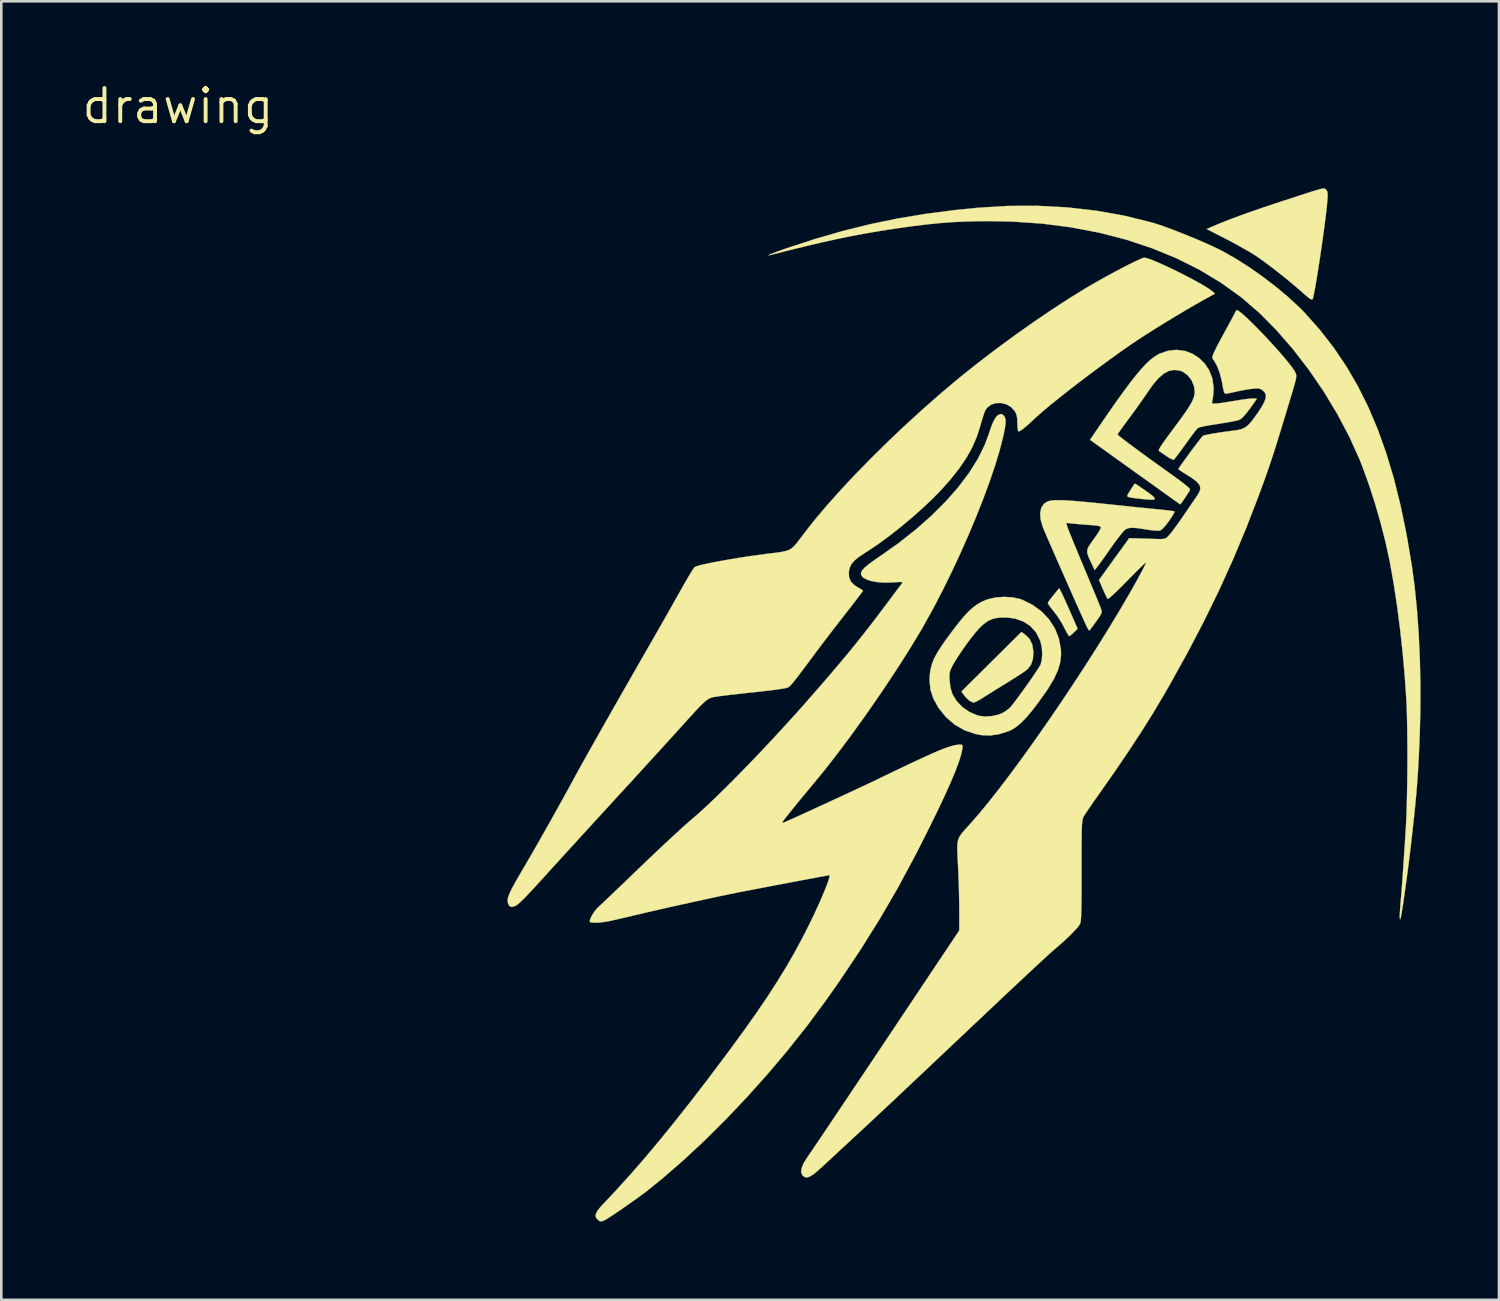
<source format=kicad_pcb>
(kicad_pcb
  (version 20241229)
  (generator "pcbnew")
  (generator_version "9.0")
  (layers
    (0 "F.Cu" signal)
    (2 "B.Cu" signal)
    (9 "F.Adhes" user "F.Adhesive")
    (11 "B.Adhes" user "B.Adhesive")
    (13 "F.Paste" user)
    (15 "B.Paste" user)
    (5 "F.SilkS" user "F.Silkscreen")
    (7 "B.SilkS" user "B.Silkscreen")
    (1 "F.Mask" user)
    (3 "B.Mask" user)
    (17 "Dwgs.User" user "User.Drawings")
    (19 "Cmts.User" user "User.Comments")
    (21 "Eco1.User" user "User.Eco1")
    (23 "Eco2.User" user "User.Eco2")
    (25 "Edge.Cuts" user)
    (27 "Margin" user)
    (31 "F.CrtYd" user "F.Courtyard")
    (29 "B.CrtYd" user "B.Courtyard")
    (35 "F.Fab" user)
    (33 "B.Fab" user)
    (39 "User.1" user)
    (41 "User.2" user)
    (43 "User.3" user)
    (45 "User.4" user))
  (footprint "drawing"
    (layer "F.Cu")
    (at 3.757 1.006)
    (property "Reference" "drawing" (at 0 0 0) (layer "F.SilkS") (effects (font (size 1.27 1.27) (thickness 0.15))))
    (attr through_hole)
    (fp_poly (pts (xy 36.637 14.46) (xy 36.729 14.518) (xy 36.861 14.607) (xy 37.016 14.716) (xy 37.195 14.845) (xy 37.313 14.941) (xy 37.367 15.007) (xy 37.353 15.045) (xy 37.268 15.06) (xy 37.109 15.054) (xy 36.871 15.031) (xy 36.699 15.012) (xy 36.508 14.987) (xy 36.388 14.965) (xy 36.327 14.94) (xy 36.312 14.911) (xy 36.314 14.901) (xy 36.345 14.84) (xy 36.407 14.735) (xy 36.484 14.614) (xy 36.558 14.502) (xy 36.601 14.442) (xy 36.637 14.46)) (stroke (width 0.01) (type solid)) (fill yes) (layer "F.SilkS"))
    (fp_poly (pts (xy 33.796 18.61) (xy 33.843 18.707) (xy 33.915 18.863) (xy 34.004 19.06) (xy 34.102 19.281) (xy 34.147 19.384) (xy 34.413 19.994) (xy 34.271 20.136) (xy 34.18 20.219) (xy 34.112 20.27) (xy 34.093 20.277) (xy 34.06 20.24) (xy 34.002 20.145) (xy 33.93 20.008) (xy 33.901 19.948) (xy 33.792 19.748) (xy 33.654 19.532) (xy 33.515 19.346) (xy 33.51 19.34) (xy 33.403 19.207) (xy 33.322 19.097) (xy 33.278 19.027) (xy 33.274 19.014) (xy 33.299 18.963) (xy 33.367 18.866) (xy 33.464 18.742) (xy 33.492 18.707) (xy 33.71 18.445) (xy 33.796 18.61)) (stroke (width 0.01) (type solid)) (fill yes) (layer "F.SilkS"))
    (fp_poly (pts (xy 32.398 20.211) (xy 32.57 20.376) (xy 32.679 20.596) (xy 32.722 20.865) (xy 32.723 20.903) (xy 32.702 21.162) (xy 32.634 21.364) (xy 32.511 21.528) (xy 32.485 21.552) (xy 32.409 21.611) (xy 32.274 21.704) (xy 32.097 21.819) (xy 31.894 21.948) (xy 31.75 22.037) (xy 31.517 22.18) (xy 31.282 22.325) (xy 31.066 22.46) (xy 30.89 22.571) (xy 30.824 22.614) (xy 30.675 22.706) (xy 30.545 22.777) (xy 30.457 22.814) (xy 30.438 22.818) (xy 30.355 22.793) (xy 30.256 22.732) (xy 30.254 22.731) (xy 30.149 22.632) (xy 30.057 22.521) (xy 29.969 22.398) (xy 32.263 20.12) (xy 32.398 20.211)) (stroke (width 0.01) (type solid)) (fill yes) (layer "F.SilkS"))
    (fp_poly (pts (xy 43.867 3.16) (xy 43.891 3.173) (xy 43.911 3.192) (xy 43.923 3.204) (xy 43.958 3.252) (xy 43.976 3.32) (xy 43.979 3.429) (xy 43.969 3.599) (xy 43.966 3.638) (xy 43.947 3.845) (xy 43.918 4.104) (xy 43.881 4.404) (xy 43.837 4.735) (xy 43.789 5.086) (xy 43.737 5.447) (xy 43.684 5.806) (xy 43.631 6.153) (xy 43.579 6.478) (xy 43.53 6.769) (xy 43.487 7.017) (xy 43.449 7.21) (xy 43.42 7.338) (xy 43.404 7.386) (xy 43.375 7.403) (xy 43.321 7.383) (xy 43.231 7.318) (xy 43.095 7.203) (xy 43.031 7.145) (xy 42.767 6.915) (xy 42.465 6.664) (xy 42.145 6.406) (xy 41.827 6.159) (xy 41.53 5.937) (xy 41.274 5.756) (xy 41.262 5.748) (xy 41.096 5.642) (xy 40.875 5.512) (xy 40.619 5.367) (xy 40.349 5.219) (xy 40.111 5.095) (xy 39.35 4.705) (xy 39.561 4.613) (xy 39.88 4.479) (xy 40.219 4.345) (xy 40.589 4.206) (xy 41.001 4.058) (xy 41.468 3.897) (xy 42 3.719) (xy 42.206 3.651) (xy 42.611 3.519) (xy 42.943 3.41) (xy 43.209 3.324) (xy 43.418 3.258) (xy 43.577 3.21) (xy 43.694 3.178) (xy 43.776 3.16) (xy 43.831 3.155) (xy 43.867 3.16)) (stroke (width 0.01) (type solid)) (fill yes) (layer "F.SilkS"))
    (fp_poly (pts (xy 31.928 18.795) (xy 32.21 18.855) (xy 32.279 18.879) (xy 32.683 19.077) (xy 33.032 19.331) (xy 33.32 19.635) (xy 33.543 19.981) (xy 33.696 20.364) (xy 33.773 20.775) (xy 33.782 20.974) (xy 33.753 21.267) (xy 33.663 21.577) (xy 33.51 21.911) (xy 33.289 22.279) (xy 33.197 22.416) (xy 32.917 22.808) (xy 32.67 23.131) (xy 32.45 23.391) (xy 32.25 23.596) (xy 32.065 23.75) (xy 31.889 23.861) (xy 31.76 23.919) (xy 31.399 24.03) (xy 31.069 24.078) (xy 30.744 24.065) (xy 30.505 24.02) (xy 30.086 23.877) (xy 29.708 23.66) (xy 29.376 23.373) (xy 29.092 23.018) (xy 29.081 23.001) (xy 28.897 22.667) (xy 28.788 22.338) (xy 28.75 21.993) (xy 28.755 21.809) (xy 28.759 21.775) (xy 29.51 21.775) (xy 29.514 21.937) (xy 29.516 21.971) (xy 29.552 22.251) (xy 29.622 22.485) (xy 29.628 22.5) (xy 29.788 22.764) (xy 30.013 22.996) (xy 30.285 23.183) (xy 30.585 23.31) (xy 30.639 23.325) (xy 30.872 23.353) (xy 31.134 23.337) (xy 31.384 23.282) (xy 31.526 23.226) (xy 31.667 23.141) (xy 31.794 23.044) (xy 31.838 23.002) (xy 31.919 22.904) (xy 32.033 22.756) (xy 32.171 22.571) (xy 32.322 22.363) (xy 32.479 22.145) (xy 32.63 21.929) (xy 32.767 21.729) (xy 32.881 21.559) (xy 32.962 21.431) (xy 32.999 21.364) (xy 33.047 21.172) (xy 33.061 20.935) (xy 33.04 20.687) (xy 32.986 20.458) (xy 32.976 20.432) (xy 32.823 20.135) (xy 32.611 19.896) (xy 32.343 19.719) (xy 32.027 19.607) (xy 31.728 19.566) (xy 31.434 19.566) (xy 31.194 19.607) (xy 30.987 19.697) (xy 30.787 19.845) (xy 30.671 19.956) (xy 30.523 20.121) (xy 30.348 20.338) (xy 30.161 20.588) (xy 29.976 20.851) (xy 29.807 21.106) (xy 29.669 21.333) (xy 29.628 21.409) (xy 29.56 21.545) (xy 29.523 21.656) (xy 29.51 21.775) (xy 28.759 21.775) (xy 28.784 21.57) (xy 28.84 21.346) (xy 28.932 21.12) (xy 29.066 20.875) (xy 29.25 20.594) (xy 29.338 20.469) (xy 29.611 20.096) (xy 29.847 19.788) (xy 30.054 19.537) (xy 30.241 19.336) (xy 30.415 19.178) (xy 30.584 19.055) (xy 30.756 18.959) (xy 30.938 18.883) (xy 31.011 18.859) (xy 31.295 18.796) (xy 31.612 18.775) (xy 31.928 18.795)) (stroke (width 0.01) (type solid)) (fill yes) (layer "F.SilkS"))
    (fp_poly (pts (xy 33.991 15.086) (xy 34.271 15.106) (xy 34.614 15.135) (xy 35.026 15.175) (xy 35.456 15.219) (xy 35.828 15.258) (xy 36.204 15.297) (xy 36.567 15.335) (xy 36.901 15.369) (xy 37.19 15.398) (xy 37.418 15.42) (xy 37.487 15.427) (xy 37.707 15.449) (xy 37.895 15.471) (xy 38.037 15.489) (xy 38.116 15.503) (xy 38.128 15.508) (xy 38.114 15.549) (xy 38.06 15.643) (xy 37.976 15.774) (xy 37.909 15.872) (xy 37.759 16.071) (xy 37.641 16.194) (xy 37.561 16.241) (xy 37.472 16.246) (xy 37.326 16.236) (xy 37.146 16.214) (xy 37.046 16.198) (xy 36.785 16.156) (xy 36.59 16.135) (xy 36.446 16.134) (xy 36.337 16.154) (xy 36.247 16.194) (xy 36.244 16.196) (xy 36.183 16.252) (xy 36.086 16.366) (xy 35.962 16.524) (xy 35.82 16.713) (xy 35.699 16.884) (xy 35.551 17.095) (xy 35.413 17.289) (xy 35.296 17.453) (xy 35.208 17.573) (xy 35.166 17.628) (xy 35.066 17.751) (xy 34.929 17.459) (xy 34.842 17.268) (xy 34.791 17.128) (xy 34.779 17.016) (xy 34.808 16.907) (xy 34.882 16.78) (xy 35.001 16.611) (xy 35.028 16.574) (xy 35.141 16.415) (xy 35.231 16.275) (xy 35.29 16.171) (xy 35.306 16.125) (xy 35.292 16.092) (xy 35.241 16.068) (xy 35.139 16.049) (xy 34.971 16.033) (xy 34.898 16.028) (xy 34.683 16.012) (xy 34.467 15.994) (xy 34.284 15.978) (xy 34.235 15.973) (xy 33.981 15.946) (xy 34.012 16.069) (xy 34.035 16.135) (xy 34.087 16.27) (xy 34.165 16.463) (xy 34.263 16.706) (xy 34.38 16.988) (xy 34.509 17.3) (xy 34.648 17.631) (xy 34.788 17.965) (xy 34.92 18.281) (xy 35.039 18.567) (xy 35.142 18.814) (xy 35.223 19.013) (xy 35.28 19.154) (xy 35.308 19.225) (xy 35.33 19.297) (xy 35.335 19.358) (xy 35.313 19.426) (xy 35.259 19.519) (xy 35.166 19.656) (xy 35.119 19.722) (xy 35.015 19.867) (xy 34.93 19.982) (xy 34.875 20.052) (xy 34.86 20.066) (xy 34.831 20.033) (xy 34.783 19.951) (xy 34.779 19.942) (xy 34.741 19.863) (xy 34.673 19.716) (xy 34.58 19.511) (xy 34.467 19.259) (xy 34.337 18.968) (xy 34.195 18.649) (xy 34.046 18.311) (xy 33.893 17.965) (xy 33.741 17.621) (xy 33.594 17.288) (xy 33.458 16.976) (xy 33.335 16.695) (xy 33.231 16.456) (xy 33.15 16.267) (xy 33.096 16.138) (xy 33.079 16.096) (xy 33 15.822) (xy 32.982 15.578) (xy 33.022 15.375) (xy 33.12 15.22) (xy 33.254 15.131) (xy 33.338 15.104) (xy 33.446 15.086) (xy 33.586 15.077) (xy 33.765 15.077) (xy 33.991 15.086)) (stroke (width 0.01) (type solid)) (fill yes) (layer "F.SilkS"))
    (fp_poly (pts (xy 38.508 9.366) (xy 38.796 9.47) (xy 39.054 9.633) (xy 39.274 9.848) (xy 39.447 10.109) (xy 39.564 10.408) (xy 39.615 10.74) (xy 39.612 10.941) (xy 39.596 11.101) (xy 39.577 11.235) (xy 39.559 11.314) (xy 39.559 11.314) (xy 39.552 11.351) (xy 39.572 11.375) (xy 39.629 11.384) (xy 39.731 11.38) (xy 39.888 11.361) (xy 40.109 11.328) (xy 40.398 11.28) (xy 40.63 11.243) (xy 40.84 11.213) (xy 41.011 11.192) (xy 41.125 11.184) (xy 41.152 11.184) (xy 41.269 11.197) (xy 41.125 11.408) (xy 41.01 11.568) (xy 40.878 11.738) (xy 40.813 11.816) (xy 40.731 11.908) (xy 40.66 11.969) (xy 40.577 12.011) (xy 40.459 12.042) (xy 40.285 12.076) (xy 40.251 12.082) (xy 40.012 12.123) (xy 39.743 12.167) (xy 39.497 12.205) (xy 39.464 12.21) (xy 39.284 12.242) (xy 39.132 12.277) (xy 39.029 12.31) (xy 39.004 12.324) (xy 38.958 12.376) (xy 38.872 12.485) (xy 38.758 12.636) (xy 38.625 12.818) (xy 38.536 12.942) (xy 38.398 13.133) (xy 38.275 13.299) (xy 38.177 13.429) (xy 38.112 13.51) (xy 38.092 13.53) (xy 38.039 13.521) (xy 37.94 13.471) (xy 37.815 13.393) (xy 37.815 13.393) (xy 37.69 13.306) (xy 37.59 13.237) (xy 37.539 13.203) (xy 37.523 13.184) (xy 37.524 13.151) (xy 37.547 13.096) (xy 37.597 13.012) (xy 37.679 12.891) (xy 37.797 12.726) (xy 37.958 12.507) (xy 38.141 12.261) (xy 38.372 11.948) (xy 38.553 11.692) (xy 38.691 11.482) (xy 38.79 11.309) (xy 38.853 11.163) (xy 38.886 11.033) (xy 38.893 10.911) (xy 38.878 10.787) (xy 38.861 10.705) (xy 38.771 10.485) (xy 38.624 10.298) (xy 38.439 10.165) (xy 38.324 10.121) (xy 38.113 10.094) (xy 37.909 10.131) (xy 37.708 10.237) (xy 37.502 10.414) (xy 37.288 10.668) (xy 37.111 10.919) (xy 36.987 11.103) (xy 36.827 11.331) (xy 36.65 11.579) (xy 36.472 11.824) (xy 36.388 11.937) (xy 36.243 12.132) (xy 36.118 12.304) (xy 36.021 12.441) (xy 35.96 12.532) (xy 35.942 12.565) (xy 35.976 12.599) (xy 36.072 12.678) (xy 36.223 12.795) (xy 36.422 12.945) (xy 36.662 13.123) (xy 36.937 13.325) (xy 37.238 13.544) (xy 37.56 13.776) (xy 37.894 14.016) (xy 38.007 14.096) (xy 38.291 14.302) (xy 38.503 14.463) (xy 38.643 14.58) (xy 38.711 14.653) (xy 38.717 14.675) (xy 38.686 14.731) (xy 38.625 14.83) (xy 38.548 14.949) (xy 38.467 15.069) (xy 38.397 15.169) (xy 38.351 15.229) (xy 38.342 15.238) (xy 38.307 15.214) (xy 38.209 15.145) (xy 38.056 15.036) (xy 37.854 14.892) (xy 37.609 14.717) (xy 37.329 14.516) (xy 37.018 14.294) (xy 36.685 14.055) (xy 36.611 14.002) (xy 34.889 12.768) (xy 35.25 12.239) (xy 35.603 11.724) (xy 35.916 11.277) (xy 36.193 10.893) (xy 36.438 10.565) (xy 36.655 10.289) (xy 36.849 10.06) (xy 37.023 9.873) (xy 37.181 9.724) (xy 37.328 9.606) (xy 37.469 9.516) (xy 37.56 9.468) (xy 37.881 9.359) (xy 38.2 9.327) (xy 38.508 9.366)) (stroke (width 0.01) (type solid)) (fill yes) (layer "F.SilkS"))
    (fp_poly (pts (xy 34.034 3.879) (xy 35.152 4.007) (xy 36.234 4.201) (xy 37.27 4.459) (xy 37.317 4.473) (xy 37.562 4.551) (xy 37.865 4.659) (xy 38.208 4.789) (xy 38.572 4.933) (xy 38.939 5.084) (xy 39.29 5.236) (xy 39.608 5.379) (xy 39.873 5.507) (xy 39.92 5.531) (xy 40.425 5.814) (xy 40.953 6.149) (xy 41.486 6.521) (xy 42.004 6.918) (xy 42.488 7.324) (xy 42.92 7.725) (xy 43.099 7.908) (xy 43.676 8.556) (xy 44.205 9.236) (xy 44.689 9.952) (xy 45.131 10.71) (xy 45.532 11.513) (xy 45.895 12.368) (xy 46.22 13.279) (xy 46.512 14.25) (xy 46.77 15.288) (xy 46.999 16.396) (xy 47.199 17.579) (xy 47.201 17.59) (xy 47.308 18.398) (xy 47.396 19.274) (xy 47.462 20.199) (xy 47.506 21.159) (xy 47.527 22.136) (xy 47.525 23.116) (xy 47.505 23.916) (xy 47.485 24.45) (xy 47.463 24.931) (xy 47.439 25.377) (xy 47.41 25.806) (xy 47.376 26.236) (xy 47.335 26.685) (xy 47.286 27.169) (xy 47.227 27.707) (xy 47.179 28.131) (xy 47.137 28.491) (xy 47.091 28.863) (xy 47.043 29.237) (xy 46.994 29.602) (xy 46.946 29.949) (xy 46.901 30.268) (xy 46.859 30.551) (xy 46.821 30.785) (xy 46.791 30.964) (xy 46.768 31.075) (xy 46.756 31.11) (xy 46.743 31.086) (xy 46.736 31.004) (xy 46.736 30.987) (xy 46.74 30.886) (xy 46.75 30.726) (xy 46.764 30.53) (xy 46.777 30.377) (xy 46.798 30.127) (xy 46.821 29.832) (xy 46.846 29.485) (xy 46.874 29.079) (xy 46.906 28.607) (xy 46.941 28.062) (xy 46.97 27.601) (xy 46.989 27.248) (xy 47.004 26.828) (xy 47.015 26.356) (xy 47.024 25.848) (xy 47.029 25.32) (xy 47.03 24.788) (xy 47.028 24.267) (xy 47.022 23.773) (xy 47.013 23.321) (xy 47 22.928) (xy 46.989 22.706) (xy 46.928 21.812) (xy 46.847 20.903) (xy 46.748 19.998) (xy 46.633 19.116) (xy 46.506 18.276) (xy 46.367 17.496) (xy 46.332 17.318) (xy 46.181 16.634) (xy 45.998 15.921) (xy 45.791 15.204) (xy 45.567 14.508) (xy 45.333 13.858) (xy 45.196 13.51) (xy 44.803 12.64) (xy 44.342 11.769) (xy 43.823 10.911) (xy 43.255 10.082) (xy 42.648 9.295) (xy 42.012 8.564) (xy 41.378 7.923) (xy 40.672 7.315) (xy 39.904 6.762) (xy 39.076 6.263) (xy 38.192 5.821) (xy 37.257 5.437) (xy 36.272 5.111) (xy 35.243 4.845) (xy 34.171 4.641) (xy 33.062 4.498) (xy 31.917 4.42) (xy 31.075 4.403) (xy 30.553 4.407) (xy 30.068 4.42) (xy 29.601 4.443) (xy 29.135 4.479) (xy 28.651 4.528) (xy 28.131 4.591) (xy 27.557 4.672) (xy 27.199 4.725) (xy 26.691 4.806) (xy 26.195 4.893) (xy 25.696 4.987) (xy 25.183 5.093) (xy 24.641 5.213) (xy 24.059 5.35) (xy 23.424 5.506) (xy 22.721 5.684) (xy 22.669 5.697) (xy 22.6 5.712) (xy 22.601 5.702) (xy 22.665 5.671) (xy 22.784 5.622) (xy 22.949 5.56) (xy 23.152 5.487) (xy 23.285 5.44) (xy 24.374 5.085) (xy 25.429 4.78) (xy 26.469 4.522) (xy 27.515 4.305) (xy 28.587 4.127) (xy 29.704 3.981) (xy 30.565 3.894) (xy 31.731 3.821) (xy 32.891 3.817) (xy 34.034 3.879)) (stroke (width 0.01) (type solid)) (fill yes) (layer "F.SilkS"))
    (fp_poly (pts (xy 37.065 5.82) (xy 37.226 5.875) (xy 37.436 5.961) (xy 37.683 6.07) (xy 37.956 6.197) (xy 38.243 6.336) (xy 38.531 6.481) (xy 38.808 6.627) (xy 39.063 6.766) (xy 39.282 6.893) (xy 39.455 7.003) (xy 39.564 7.084) (xy 39.669 7.176) (xy 39.255 7.404) (xy 38.931 7.587) (xy 38.558 7.804) (xy 38.157 8.043) (xy 37.749 8.291) (xy 37.355 8.535) (xy 36.996 8.762) (xy 36.767 8.911) (xy 36.437 9.133) (xy 36.071 9.388) (xy 35.68 9.669) (xy 35.274 9.966) (xy 34.862 10.272) (xy 34.456 10.58) (xy 34.066 10.881) (xy 33.702 11.169) (xy 33.373 11.434) (xy 33.091 11.67) (xy 32.866 11.868) (xy 32.811 11.919) (xy 32.588 12.125) (xy 32.418 12.276) (xy 32.293 12.376) (xy 32.207 12.431) (xy 32.157 12.446) (xy 32.13 12.405) (xy 32.114 12.286) (xy 32.11 12.139) (xy 32.104 11.954) (xy 32.08 11.822) (xy 32.034 11.712) (xy 32.013 11.676) (xy 31.873 11.517) (xy 31.694 11.412) (xy 31.496 11.36) (xy 31.295 11.363) (xy 31.109 11.42) (xy 30.957 11.534) (xy 30.884 11.638) (xy 30.847 11.728) (xy 30.797 11.878) (xy 30.739 12.066) (xy 30.69 12.241) (xy 30.555 12.66) (xy 30.38 13.064) (xy 30.156 13.463) (xy 29.879 13.87) (xy 29.539 14.297) (xy 29.221 14.656) (xy 28.886 15.002) (xy 28.499 15.368) (xy 28.077 15.743) (xy 27.636 16.111) (xy 27.194 16.458) (xy 26.767 16.77) (xy 26.373 17.034) (xy 26.302 17.078) (xy 26.054 17.241) (xy 25.876 17.388) (xy 25.758 17.529) (xy 25.69 17.678) (xy 25.664 17.814) (xy 25.671 18.024) (xy 25.741 18.192) (xy 25.882 18.332) (xy 25.992 18.402) (xy 26.107 18.47) (xy 26.184 18.522) (xy 26.204 18.542) (xy 26.179 18.58) (xy 26.109 18.675) (xy 26 18.819) (xy 25.86 19.001) (xy 25.695 19.214) (xy 25.542 19.41) (xy 25.322 19.692) (xy 25.084 20) (xy 24.845 20.312) (xy 24.621 20.607) (xy 24.428 20.863) (xy 24.376 20.934) (xy 24.132 21.262) (xy 23.932 21.528) (xy 23.772 21.74) (xy 23.646 21.904) (xy 23.549 22.027) (xy 23.474 22.115) (xy 23.417 22.176) (xy 23.372 22.215) (xy 23.334 22.241) (xy 23.324 22.246) (xy 23.255 22.265) (xy 23.112 22.29) (xy 22.907 22.32) (xy 22.65 22.354) (xy 22.353 22.389) (xy 22.026 22.425) (xy 21.948 22.433) (xy 21.619 22.468) (xy 21.308 22.503) (xy 21.028 22.535) (xy 20.792 22.564) (xy 20.611 22.589) (xy 20.498 22.606) (xy 20.482 22.61) (xy 20.403 22.631) (xy 20.328 22.661) (xy 20.251 22.707) (xy 20.163 22.775) (xy 20.056 22.873) (xy 19.923 23.007) (xy 19.756 23.186) (xy 19.547 23.415) (xy 19.339 23.645) (xy 19.193 23.808) (xy 18.996 24.024) (xy 18.757 24.287) (xy 18.482 24.589) (xy 18.179 24.921) (xy 17.855 25.276) (xy 17.517 25.646) (xy 17.172 26.023) (xy 16.828 26.398) (xy 16.828 26.398) (xy 16.474 26.784) (xy 16.113 27.178) (xy 15.752 27.572) (xy 15.4 27.957) (xy 15.066 28.324) (xy 14.756 28.663) (xy 14.48 28.966) (xy 14.246 29.223) (xy 14.084 29.402) (xy 13.804 29.71) (xy 13.574 29.96) (xy 13.388 30.159) (xy 13.24 30.314) (xy 13.122 30.429) (xy 13.029 30.512) (xy 12.955 30.568) (xy 12.893 30.604) (xy 12.837 30.625) (xy 12.82 30.629) (xy 12.724 30.634) (xy 12.666 30.58) (xy 12.661 30.571) (xy 12.628 30.498) (xy 12.611 30.423) (xy 12.614 30.337) (xy 12.64 30.233) (xy 12.693 30.1) (xy 12.775 29.93) (xy 12.892 29.715) (xy 13.045 29.446) (xy 13.24 29.114) (xy 13.258 29.083) (xy 13.56 28.566) (xy 13.892 27.984) (xy 14.25 27.351) (xy 14.625 26.678) (xy 15.011 25.976) (xy 15.198 25.633) (xy 15.348 25.359) (xy 15.539 25.016) (xy 15.768 24.607) (xy 16.034 24.136) (xy 16.334 23.606) (xy 16.666 23.021) (xy 17.029 22.385) (xy 17.42 21.701) (xy 17.836 20.974) (xy 18.127 20.468) (xy 18.318 20.134) (xy 18.522 19.776) (xy 18.727 19.416) (xy 18.922 19.071) (xy 19.096 18.762) (xy 19.234 18.517) (xy 19.37 18.276) (xy 19.497 18.056) (xy 19.608 17.871) (xy 19.695 17.732) (xy 19.752 17.651) (xy 19.763 17.638) (xy 19.833 17.606) (xy 19.977 17.564) (xy 20.184 17.516) (xy 20.445 17.461) (xy 20.749 17.404) (xy 21.086 17.344) (xy 21.447 17.284) (xy 21.82 17.226) (xy 22.197 17.173) (xy 22.537 17.128) (xy 22.831 17.092) (xy 23.057 17.061) (xy 23.229 17.028) (xy 23.362 16.984) (xy 23.472 16.921) (xy 23.573 16.831) (xy 23.68 16.706) (xy 23.809 16.537) (xy 23.94 16.362) (xy 24.346 15.844) (xy 24.815 15.288) (xy 25.338 14.702) (xy 25.907 14.094) (xy 26.515 13.472) (xy 27.152 12.844) (xy 27.811 12.219) (xy 28.484 11.604) (xy 29.162 11.008) (xy 29.838 10.439) (xy 29.933 10.361) (xy 30.585 9.84) (xy 31.276 9.312) (xy 31.991 8.786) (xy 32.712 8.276) (xy 33.423 7.793) (xy 34.107 7.348) (xy 34.671 7) (xy 34.945 6.839) (xy 35.237 6.673) (xy 35.535 6.506) (xy 35.831 6.346) (xy 36.114 6.196) (xy 36.373 6.063) (xy 36.599 5.951) (xy 36.781 5.867) (xy 36.908 5.814) (xy 36.966 5.8) (xy 37.065 5.82)) (stroke (width 0.01) (type solid)) (fill yes) (layer "F.SilkS"))
    (fp_poly (pts (xy 31.544 11.801) (xy 31.58 11.832) (xy 31.631 11.898) (xy 31.657 11.992) (xy 31.659 12.125) (xy 31.635 12.31) (xy 31.586 12.559) (xy 31.563 12.659) (xy 31.432 13.172) (xy 31.259 13.744) (xy 31.048 14.365) (xy 30.804 15.025) (xy 30.532 15.713) (xy 30.237 16.417) (xy 29.922 17.128) (xy 29.592 17.833) (xy 29.252 18.524) (xy 28.907 19.188) (xy 28.56 19.815) (xy 28.428 20.045) (xy 28.046 20.679) (xy 27.623 21.35) (xy 27.169 22.042) (xy 26.694 22.743) (xy 26.207 23.438) (xy 25.719 24.114) (xy 25.239 24.756) (xy 24.776 25.351) (xy 24.341 25.884) (xy 24.321 25.908) (xy 24.109 26.161) (xy 23.901 26.412) (xy 23.703 26.653) (xy 23.523 26.875) (xy 23.367 27.069) (xy 23.243 27.226) (xy 23.157 27.339) (xy 23.116 27.398) (xy 23.114 27.404) (xy 23.147 27.413) (xy 23.188 27.403) (xy 23.254 27.375) (xy 23.387 27.316) (xy 23.578 27.23) (xy 23.816 27.121) (xy 24.093 26.995) (xy 24.399 26.855) (xy 24.723 26.705) (xy 25.057 26.551) (xy 25.391 26.396) (xy 25.715 26.246) (xy 26.02 26.104) (xy 26.295 25.975) (xy 26.533 25.864) (xy 26.721 25.774) (xy 26.853 25.711) (xy 26.882 25.696) (xy 27.035 25.621) (xy 27.249 25.517) (xy 27.506 25.394) (xy 27.792 25.258) (xy 28.089 25.117) (xy 28.279 25.028) (xy 28.681 24.843) (xy 29.016 24.695) (xy 29.292 24.583) (xy 29.518 24.503) (xy 29.7 24.453) (xy 29.847 24.429) (xy 29.91 24.426) (xy 29.982 24.432) (xy 30.011 24.463) (xy 30.009 24.544) (xy 30.001 24.606) (xy 29.955 24.821) (xy 29.866 25.102) (xy 29.735 25.451) (xy 29.56 25.868) (xy 29.342 26.354) (xy 29.08 26.91) (xy 28.774 27.536) (xy 28.424 28.233) (xy 28.184 28.702) (xy 27.547 29.888) (xy 26.862 31.068) (xy 26.121 32.253) (xy 25.317 33.456) (xy 24.748 34.265) (xy 24.064 35.186) (xy 23.334 36.106) (xy 22.569 37.014) (xy 21.777 37.899) (xy 20.969 38.752) (xy 20.153 39.563) (xy 19.339 40.322) (xy 18.537 41.018) (xy 17.945 41.497) (xy 17.786 41.617) (xy 17.589 41.761) (xy 17.367 41.919) (xy 17.135 42.082) (xy 16.907 42.24) (xy 16.696 42.382) (xy 16.517 42.5) (xy 16.384 42.584) (xy 16.332 42.613) (xy 16.218 42.662) (xy 16.138 42.659) (xy 16.058 42.6) (xy 16.041 42.584) (xy 15.983 42.497) (xy 15.98 42.399) (xy 16.035 42.278) (xy 16.152 42.125) (xy 16.272 41.995) (xy 16.798 41.436) (xy 17.331 40.845) (xy 17.877 40.218) (xy 18.439 39.547) (xy 19.023 38.827) (xy 19.633 38.053) (xy 20.275 37.219) (xy 20.951 36.318) (xy 21.168 36.026) (xy 21.68 35.325) (xy 22.139 34.676) (xy 22.553 34.067) (xy 22.927 33.488) (xy 23.27 32.929) (xy 23.586 32.38) (xy 23.883 31.83) (xy 23.99 31.623) (xy 24.151 31.301) (xy 24.307 30.979) (xy 24.453 30.664) (xy 24.587 30.366) (xy 24.703 30.094) (xy 24.799 29.856) (xy 24.871 29.661) (xy 24.915 29.519) (xy 24.928 29.438) (xy 24.917 29.422) (xy 24.87 29.429) (xy 24.75 29.451) (xy 24.568 29.485) (xy 24.334 29.528) (xy 24.058 29.58) (xy 23.75 29.638) (xy 23.421 29.7) (xy 23.081 29.765) (xy 22.74 29.829) (xy 22.41 29.892) (xy 22.099 29.952) (xy 21.819 30.005) (xy 21.58 30.052) (xy 21.391 30.089) (xy 21.336 30.1) (xy 21.023 30.163) (xy 20.644 30.243) (xy 20.216 30.335) (xy 19.757 30.435) (xy 19.282 30.54) (xy 18.809 30.645) (xy 18.354 30.748) (xy 17.934 30.845) (xy 17.567 30.931) (xy 17.42 30.966) (xy 17.157 31.029) (xy 16.904 31.087) (xy 16.68 31.138) (xy 16.503 31.177) (xy 16.407 31.196) (xy 16.202 31.226) (xy 16.017 31.24) (xy 15.869 31.238) (xy 15.774 31.219) (xy 15.748 31.192) (xy 15.775 31.087) (xy 15.844 30.949) (xy 15.938 30.804) (xy 16.043 30.679) (xy 16.079 30.644) (xy 16.141 30.588) (xy 16.256 30.479) (xy 16.42 30.324) (xy 16.624 30.13) (xy 16.861 29.903) (xy 17.126 29.649) (xy 17.412 29.375) (xy 17.695 29.102) (xy 18.009 28.801) (xy 18.322 28.504) (xy 18.626 28.218) (xy 18.911 27.953) (xy 19.169 27.715) (xy 19.39 27.514) (xy 19.567 27.358) (xy 19.664 27.275) (xy 19.929 27.047) (xy 20.242 26.76) (xy 20.595 26.424) (xy 20.983 26.044) (xy 21.398 25.627) (xy 21.832 25.182) (xy 22.28 24.714) (xy 22.733 24.232) (xy 23.186 23.741) (xy 23.632 23.25) (xy 23.952 22.89) (xy 24.432 22.343) (xy 24.863 21.846) (xy 25.255 21.386) (xy 25.616 20.954) (xy 25.956 20.536) (xy 26.285 20.122) (xy 26.613 19.7) (xy 26.947 19.258) (xy 27.071 19.092) (xy 27.241 18.866) (xy 27.395 18.659) (xy 27.526 18.484) (xy 27.626 18.351) (xy 27.688 18.269) (xy 27.702 18.25) (xy 27.713 18.223) (xy 27.684 18.208) (xy 27.6 18.206) (xy 27.451 18.214) (xy 27.368 18.221) (xy 27.056 18.231) (xy 26.772 18.214) (xy 26.526 18.172) (xy 26.33 18.107) (xy 26.194 18.024) (xy 26.129 17.923) (xy 26.127 17.911) (xy 26.134 17.835) (xy 26.182 17.75) (xy 26.277 17.649) (xy 26.426 17.525) (xy 26.636 17.372) (xy 26.86 17.218) (xy 27.571 16.716) (xy 28.229 16.196) (xy 28.831 15.664) (xy 29.373 15.123) (xy 29.851 14.578) (xy 30.261 14.034) (xy 30.599 13.495) (xy 30.861 12.965) (xy 31.007 12.573) (xy 31.103 12.287) (xy 31.19 12.075) (xy 31.27 11.929) (xy 31.35 11.838) (xy 31.39 11.811) (xy 31.477 11.778) (xy 31.544 11.801)) (stroke (width 0.01) (type solid)) (fill yes) (layer "F.SilkS"))
    (fp_poly (pts (xy 40.608 7.862) (xy 40.733 7.965) (xy 40.892 8.109) (xy 41.077 8.287) (xy 41.281 8.491) (xy 41.496 8.713) (xy 41.715 8.946) (xy 41.931 9.181) (xy 42.137 9.412) (xy 42.325 9.63) (xy 42.488 9.828) (xy 42.619 9.997) (xy 42.711 10.132) (xy 42.755 10.218) (xy 42.767 10.254) (xy 42.775 10.289) (xy 42.778 10.329) (xy 42.774 10.384) (xy 42.76 10.46) (xy 42.734 10.566) (xy 42.695 10.709) (xy 42.64 10.898) (xy 42.567 11.141) (xy 42.476 11.445) (xy 42.362 11.819) (xy 42.3 12.023) (xy 42.161 12.48) (xy 42.039 12.872) (xy 41.931 13.216) (xy 41.829 13.527) (xy 41.729 13.823) (xy 41.626 14.12) (xy 41.513 14.435) (xy 41.385 14.782) (xy 41.31 14.986) (xy 40.842 16.194) (xy 40.346 17.374) (xy 39.816 18.543) (xy 39.243 19.715) (xy 38.621 20.905) (xy 37.942 22.129) (xy 37.729 22.5) (xy 37.324 23.182) (xy 36.881 23.89) (xy 36.396 24.633) (xy 35.862 25.419) (xy 35.327 26.183) (xy 35.155 26.427) (xy 34.995 26.655) (xy 34.856 26.858) (xy 34.745 27.022) (xy 34.671 27.136) (xy 34.645 27.178) (xy 34.626 27.217) (xy 34.611 27.263) (xy 34.598 27.324) (xy 34.588 27.408) (xy 34.58 27.522) (xy 34.574 27.675) (xy 34.57 27.873) (xy 34.567 28.126) (xy 34.566 28.44) (xy 34.565 28.824) (xy 34.565 29.252) (xy 34.565 29.712) (xy 34.564 30.095) (xy 34.562 30.408) (xy 34.559 30.66) (xy 34.554 30.857) (xy 34.548 31.008) (xy 34.539 31.119) (xy 34.529 31.2) (xy 34.516 31.257) (xy 34.5 31.297) (xy 34.495 31.306) (xy 34.42 31.411) (xy 34.29 31.556) (xy 34.117 31.731) (xy 33.912 31.924) (xy 33.688 32.124) (xy 33.528 32.259) (xy 33.448 32.329) (xy 33.312 32.452) (xy 33.126 32.623) (xy 32.893 32.838) (xy 32.62 33.092) (xy 32.312 33.379) (xy 31.974 33.696) (xy 31.612 34.036) (xy 31.23 34.396) (xy 30.834 34.77) (xy 30.631 34.962) (xy 30.045 35.515) (xy 29.516 36.015) (xy 29.039 36.466) (xy 28.61 36.871) (xy 28.224 37.235) (xy 27.876 37.563) (xy 27.561 37.86) (xy 27.276 38.128) (xy 27.014 38.373) (xy 26.772 38.6) (xy 26.545 38.812) (xy 26.328 39.014) (xy 26.117 39.21) (xy 25.907 39.404) (xy 25.853 39.455) (xy 25.612 39.678) (xy 25.357 39.913) (xy 25.108 40.145) (xy 24.881 40.355) (xy 24.697 40.526) (xy 24.677 40.545) (xy 24.464 40.737) (xy 24.298 40.871) (xy 24.17 40.952) (xy 24.069 40.984) (xy 23.985 40.972) (xy 23.909 40.921) (xy 23.896 40.908) (xy 23.84 40.794) (xy 23.853 40.636) (xy 23.935 40.436) (xy 24.085 40.199) (xy 24.085 40.199) (xy 24.136 40.125) (xy 24.231 39.986) (xy 24.367 39.785) (xy 24.54 39.529) (xy 24.747 39.221) (xy 24.986 38.866) (xy 25.252 38.469) (xy 25.543 38.036) (xy 25.855 37.569) (xy 26.186 37.075) (xy 26.532 36.559) (xy 26.89 36.024) (xy 27.094 35.718) (xy 29.887 31.537) (xy 29.888 30.765) (xy 29.885 30.47) (xy 29.878 30.119) (xy 29.868 29.745) (xy 29.854 29.375) (xy 29.84 29.06) (xy 29.823 28.743) (xy 29.812 28.497) (xy 29.812 28.306) (xy 29.825 28.156) (xy 29.857 28.033) (xy 29.912 27.923) (xy 29.993 27.81) (xy 30.105 27.68) (xy 30.252 27.519) (xy 30.292 27.474) (xy 30.636 27.08) (xy 31.016 26.619) (xy 31.425 26.1) (xy 31.858 25.529) (xy 32.311 24.914) (xy 32.777 24.264) (xy 33.252 23.585) (xy 33.73 22.886) (xy 34.206 22.175) (xy 34.675 21.458) (xy 35.131 20.745) (xy 35.569 20.042) (xy 35.984 19.357) (xy 36.37 18.699) (xy 36.681 18.149) (xy 36.798 17.934) (xy 36.898 17.746) (xy 36.974 17.596) (xy 37.021 17.496) (xy 37.031 17.459) (xy 36.997 17.482) (xy 36.913 17.559) (xy 36.787 17.68) (xy 36.627 17.838) (xy 36.442 18.025) (xy 36.304 18.166) (xy 36.098 18.376) (xy 35.914 18.557) (xy 35.761 18.701) (xy 35.647 18.802) (xy 35.578 18.852) (xy 35.563 18.855) (xy 35.531 18.801) (xy 35.476 18.689) (xy 35.409 18.54) (xy 35.38 18.473) (xy 35.232 18.129) (xy 35.809 17.33) (xy 36.387 16.531) (xy 36.64 16.536) (xy 36.798 16.54) (xy 37.005 16.547) (xy 37.227 16.554) (xy 37.324 16.558) (xy 37.519 16.564) (xy 37.65 16.563) (xy 37.735 16.551) (xy 37.797 16.525) (xy 37.853 16.479) (xy 37.886 16.448) (xy 37.953 16.373) (xy 38.056 16.241) (xy 38.184 16.067) (xy 38.328 15.865) (xy 38.45 15.69) (xy 38.599 15.473) (xy 38.739 15.268) (xy 38.861 15.09) (xy 38.953 14.955) (xy 39 14.888) (xy 39.082 14.744) (xy 39.111 14.618) (xy 39.081 14.502) (xy 38.987 14.383) (xy 38.823 14.253) (xy 38.611 14.117) (xy 38.463 14.026) (xy 38.348 13.95) (xy 38.281 13.9) (xy 38.27 13.887) (xy 38.294 13.843) (xy 38.36 13.745) (xy 38.458 13.607) (xy 38.578 13.441) (xy 38.71 13.26) (xy 38.845 13.079) (xy 38.972 12.911) (xy 39.082 12.768) (xy 39.164 12.664) (xy 39.21 12.613) (xy 39.214 12.61) (xy 39.279 12.591) (xy 39.41 12.563) (xy 39.586 12.531) (xy 39.789 12.498) (xy 40 12.466) (xy 40.199 12.439) (xy 40.322 12.424) (xy 40.53 12.396) (xy 40.693 12.356) (xy 40.828 12.292) (xy 40.952 12.192) (xy 41.081 12.046) (xy 41.232 11.842) (xy 41.283 11.769) (xy 41.447 11.52) (xy 41.556 11.323) (xy 41.61 11.168) (xy 41.612 11.045) (xy 41.565 10.945) (xy 41.497 10.878) (xy 41.422 10.828) (xy 41.342 10.805) (xy 41.228 10.804) (xy 41.11 10.814) (xy 40.933 10.837) (xy 40.718 10.875) (xy 40.507 10.919) (xy 40.484 10.924) (xy 40.315 10.962) (xy 40.174 10.99) (xy 40.085 11.005) (xy 40.069 11.007) (xy 40.023 10.965) (xy 39.989 10.845) (xy 39.982 10.806) (xy 39.924 10.487) (xy 39.843 10.191) (xy 39.745 9.936) (xy 39.637 9.742) (xy 39.594 9.686) (xy 39.575 9.657) (xy 39.569 9.617) (xy 39.58 9.559) (xy 39.61 9.475) (xy 39.663 9.357) (xy 39.744 9.195) (xy 39.855 8.984) (xy 40.001 8.714) (xy 40.17 8.404) (xy 40.277 8.207) (xy 40.369 8.036) (xy 40.439 7.903) (xy 40.479 7.825) (xy 40.485 7.811) (xy 40.522 7.808) (xy 40.608 7.862)) (stroke (width 0.01) (type solid)) (fill yes) (layer "F.SilkS")))
  (gr_rect
    (start -3 -3)
    (end 54.289 46.673)
    (stroke (width 0.1) (type default))
    (fill no)
    (layer "Edge.Cuts")))
</source>
